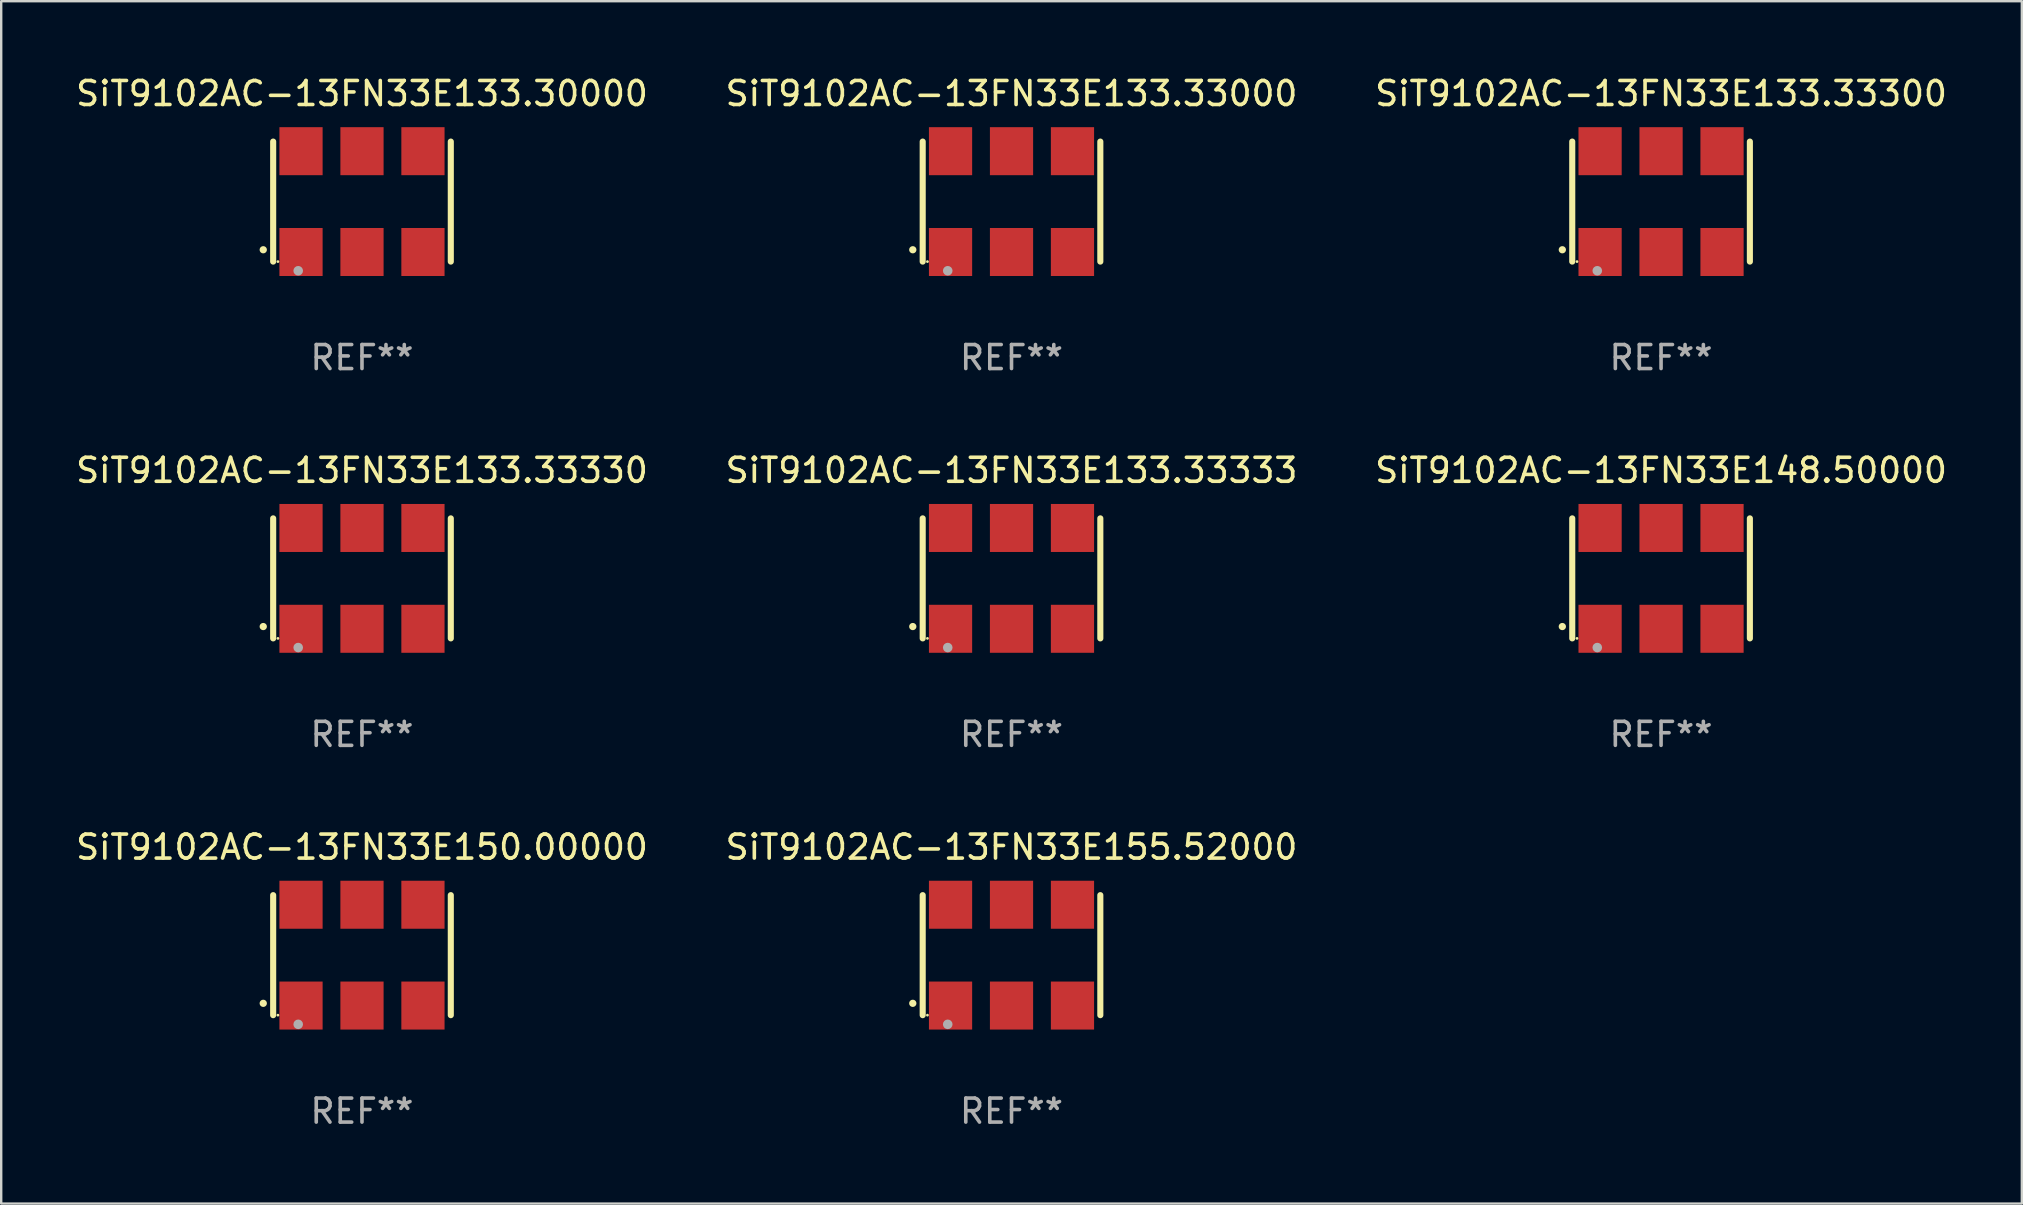
<source format=kicad_pcb>
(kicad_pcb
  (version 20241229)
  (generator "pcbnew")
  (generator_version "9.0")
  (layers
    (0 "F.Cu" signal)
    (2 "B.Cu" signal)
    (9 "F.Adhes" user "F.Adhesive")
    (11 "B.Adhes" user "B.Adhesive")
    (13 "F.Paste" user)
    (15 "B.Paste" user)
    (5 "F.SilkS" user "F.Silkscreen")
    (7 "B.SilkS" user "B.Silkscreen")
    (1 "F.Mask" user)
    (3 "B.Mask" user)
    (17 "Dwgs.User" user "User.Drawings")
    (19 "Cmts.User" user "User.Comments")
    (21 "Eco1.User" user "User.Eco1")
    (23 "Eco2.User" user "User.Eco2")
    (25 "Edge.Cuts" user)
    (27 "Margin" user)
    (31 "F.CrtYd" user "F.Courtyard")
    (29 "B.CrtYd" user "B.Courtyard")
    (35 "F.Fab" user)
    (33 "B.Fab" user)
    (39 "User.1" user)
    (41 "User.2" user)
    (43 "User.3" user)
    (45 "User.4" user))
  (footprint "SiT9102AC-13FN33E133.33333"
    (layer "F.Cu")
    (at 39.089 21.045)
    (property "Reference" "SiT9102AC-13FN33E133.33333" (at 0 -4.5 0) (layer "F.SilkS") (effects (font (size 1 1) (thickness 0.15))))
    (attr through_hole)
    (fp_line (start -3.7 -2.5) (end -3.7 2.5) (stroke (width 0.254) (type solid)) (layer "F.SilkS"))
    (fp_line (start 3.7 -2.5) (end 3.7 2.5) (stroke (width 0.254) (type solid)) (layer "F.SilkS"))
    (fp_arc (start -4.114415 2.006604) (mid -4.113145 2.006599) (end -4.111875 2.006604) (stroke (width 0.3) (type solid)) (layer "F.SilkS"))
    (fp_circle (center -3.502 2.5) (end -3.472 2.5) (stroke (width 0.06) (type solid)) (fill no) (layer "F.SilkS"))
    (fp_circle (center -2.657 2.882) (end -2.557 2.882) (stroke (width 0.2) (type solid)) (fill no) (layer "F.Fab"))
    (fp_text user "REF**" (at 0 6.5 0) (layer "F.Fab") (effects (font (size 1 1) (thickness 0.15))))
    (pad "1" smd rect (at -2.54 2.1) (size 1.8 2) (layers "F.Cu" "F.Mask" "F.Paste"))
    (pad "2" smd rect (at 0.000394 2.1) (size 1.8 2) (layers "F.Cu" "F.Mask" "F.Paste"))
    (pad "3" smd rect (at 2.54 2.1) (size 1.8 2) (layers "F.Cu" "F.Mask" "F.Paste"))
    (pad "4" smd rect (at 2.54 -2.1) (size 1.8 2) (layers "F.Cu" "F.Mask" "F.Paste"))
    (pad "5" smd rect (at 0.000394 -2.1) (size 1.8 2) (layers "F.Cu" "F.Mask" "F.Paste"))
    (pad "6" smd rect (at -2.54 -2.1) (size 1.8 2) (layers "F.Cu" "F.Mask" "F.Paste")))
  (footprint "SiT9102AC-13FN33E155.52000"
    (layer "F.Cu")
    (at 39.089 36.741)
    (property "Reference" "SiT9102AC-13FN33E155.52000" (at 0 -4.5 0) (layer "F.SilkS") (effects (font (size 1 1) (thickness 0.15))))
    (attr through_hole)
    (fp_line (start -3.7 -2.5) (end -3.7 2.5) (stroke (width 0.254) (type solid)) (layer "F.SilkS"))
    (fp_line (start 3.7 -2.5) (end 3.7 2.5) (stroke (width 0.254) (type solid)) (layer "F.SilkS"))
    (fp_arc (start -4.114415 2.006604) (mid -4.113145 2.006599) (end -4.111875 2.006604) (stroke (width 0.3) (type solid)) (layer "F.SilkS"))
    (fp_circle (center -3.502 2.5) (end -3.472 2.5) (stroke (width 0.06) (type solid)) (fill no) (layer "F.SilkS"))
    (fp_circle (center -2.657 2.882) (end -2.557 2.882) (stroke (width 0.2) (type solid)) (fill no) (layer "F.Fab"))
    (fp_text user "REF**" (at 0 6.5 0) (layer "F.Fab") (effects (font (size 1 1) (thickness 0.15))))
    (pad "1" smd rect (at -2.54 2.1) (size 1.8 2) (layers "F.Cu" "F.Mask" "F.Paste"))
    (pad "2" smd rect (at 0.000394 2.1) (size 1.8 2) (layers "F.Cu" "F.Mask" "F.Paste"))
    (pad "3" smd rect (at 2.54 2.1) (size 1.8 2) (layers "F.Cu" "F.Mask" "F.Paste"))
    (pad "4" smd rect (at 2.54 -2.1) (size 1.8 2) (layers "F.Cu" "F.Mask" "F.Paste"))
    (pad "5" smd rect (at 0.000394 -2.1) (size 1.8 2) (layers "F.Cu" "F.Mask" "F.Paste"))
    (pad "6" smd rect (at -2.54 -2.1) (size 1.8 2) (layers "F.Cu" "F.Mask" "F.Paste")))
  (footprint "SiT9102AC-13FN33E133.33300"
    (layer "F.Cu")
    (at 66.149 5.348)
    (property "Reference" "SiT9102AC-13FN33E133.33300" (at 0 -4.5 0) (layer "F.SilkS") (effects (font (size 1 1) (thickness 0.15))))
    (attr through_hole)
    (fp_line (start -3.7 -2.5) (end -3.7 2.5) (stroke (width 0.254) (type solid)) (layer "F.SilkS"))
    (fp_line (start 3.7 -2.5) (end 3.7 2.5) (stroke (width 0.254) (type solid)) (layer "F.SilkS"))
    (fp_arc (start -4.114415 2.006604) (mid -4.113145 2.006599) (end -4.111875 2.006604) (stroke (width 0.3) (type solid)) (layer "F.SilkS"))
    (fp_circle (center -3.502 2.5) (end -3.472 2.5) (stroke (width 0.06) (type solid)) (fill no) (layer "F.SilkS"))
    (fp_circle (center -2.657 2.882) (end -2.557 2.882) (stroke (width 0.2) (type solid)) (fill no) (layer "F.Fab"))
    (fp_text user "REF**" (at 0 6.5 0) (layer "F.Fab") (effects (font (size 1 1) (thickness 0.15))))
    (pad "1" smd rect (at -2.54 2.1) (size 1.8 2) (layers "F.Cu" "F.Mask" "F.Paste"))
    (pad "2" smd rect (at 0.000394 2.1) (size 1.8 2) (layers "F.Cu" "F.Mask" "F.Paste"))
    (pad "3" smd rect (at 2.54 2.1) (size 1.8 2) (layers "F.Cu" "F.Mask" "F.Paste"))
    (pad "4" smd rect (at 2.54 -2.1) (size 1.8 2) (layers "F.Cu" "F.Mask" "F.Paste"))
    (pad "5" smd rect (at 0.000394 -2.1) (size 1.8 2) (layers "F.Cu" "F.Mask" "F.Paste"))
    (pad "6" smd rect (at -2.54 -2.1) (size 1.8 2) (layers "F.Cu" "F.Mask" "F.Paste")))
  (footprint "SiT9102AC-13FN33E133.33330"
    (layer "F.Cu")
    (at 12.03 21.045)
    (property "Reference" "SiT9102AC-13FN33E133.33330" (at 0 -4.5 0) (layer "F.SilkS") (effects (font (size 1 1) (thickness 0.15))))
    (attr through_hole)
    (fp_line (start -3.7 -2.5) (end -3.7 2.5) (stroke (width 0.254) (type solid)) (layer "F.SilkS"))
    (fp_line (start 3.7 -2.5) (end 3.7 2.5) (stroke (width 0.254) (type solid)) (layer "F.SilkS"))
    (fp_arc (start -4.114415 2.006604) (mid -4.113145 2.006599) (end -4.111875 2.006604) (stroke (width 0.3) (type solid)) (layer "F.SilkS"))
    (fp_circle (center -3.502 2.5) (end -3.472 2.5) (stroke (width 0.06) (type solid)) (fill no) (layer "F.SilkS"))
    (fp_circle (center -2.657 2.882) (end -2.557 2.882) (stroke (width 0.2) (type solid)) (fill no) (layer "F.Fab"))
    (fp_text user "REF**" (at 0 6.5 0) (layer "F.Fab") (effects (font (size 1 1) (thickness 0.15))))
    (pad "1" smd rect (at -2.54 2.1) (size 1.8 2) (layers "F.Cu" "F.Mask" "F.Paste"))
    (pad "2" smd rect (at 0.000394 2.1) (size 1.8 2) (layers "F.Cu" "F.Mask" "F.Paste"))
    (pad "3" smd rect (at 2.54 2.1) (size 1.8 2) (layers "F.Cu" "F.Mask" "F.Paste"))
    (pad "4" smd rect (at 2.54 -2.1) (size 1.8 2) (layers "F.Cu" "F.Mask" "F.Paste"))
    (pad "5" smd rect (at 0.000394 -2.1) (size 1.8 2) (layers "F.Cu" "F.Mask" "F.Paste"))
    (pad "6" smd rect (at -2.54 -2.1) (size 1.8 2) (layers "F.Cu" "F.Mask" "F.Paste")))
  (footprint "SiT9102AC-13FN33E148.50000"
    (layer "F.Cu")
    (at 66.149 21.045)
    (property "Reference" "SiT9102AC-13FN33E148.50000" (at 0 -4.5 0) (layer "F.SilkS") (effects (font (size 1 1) (thickness 0.15))))
    (attr through_hole)
    (fp_line (start -3.7 -2.5) (end -3.7 2.5) (stroke (width 0.254) (type solid)) (layer "F.SilkS"))
    (fp_line (start 3.7 -2.5) (end 3.7 2.5) (stroke (width 0.254) (type solid)) (layer "F.SilkS"))
    (fp_arc (start -4.114415 2.006604) (mid -4.113145 2.006599) (end -4.111875 2.006604) (stroke (width 0.3) (type solid)) (layer "F.SilkS"))
    (fp_circle (center -3.502 2.5) (end -3.472 2.5) (stroke (width 0.06) (type solid)) (fill no) (layer "F.SilkS"))
    (fp_circle (center -2.657 2.882) (end -2.557 2.882) (stroke (width 0.2) (type solid)) (fill no) (layer "F.Fab"))
    (fp_text user "REF**" (at 0 6.5 0) (layer "F.Fab") (effects (font (size 1 1) (thickness 0.15))))
    (pad "1" smd rect (at -2.54 2.1) (size 1.8 2) (layers "F.Cu" "F.Mask" "F.Paste"))
    (pad "2" smd rect (at 0.000394 2.1) (size 1.8 2) (layers "F.Cu" "F.Mask" "F.Paste"))
    (pad "3" smd rect (at 2.54 2.1) (size 1.8 2) (layers "F.Cu" "F.Mask" "F.Paste"))
    (pad "4" smd rect (at 2.54 -2.1) (size 1.8 2) (layers "F.Cu" "F.Mask" "F.Paste"))
    (pad "5" smd rect (at 0.000394 -2.1) (size 1.8 2) (layers "F.Cu" "F.Mask" "F.Paste"))
    (pad "6" smd rect (at -2.54 -2.1) (size 1.8 2) (layers "F.Cu" "F.Mask" "F.Paste")))
  (footprint "SiT9102AC-13FN33E150.00000"
    (layer "F.Cu")
    (at 12.03 36.741)
    (property "Reference" "SiT9102AC-13FN33E150.00000" (at 0 -4.5 0) (layer "F.SilkS") (effects (font (size 1 1) (thickness 0.15))))
    (attr through_hole)
    (fp_line (start -3.7 -2.5) (end -3.7 2.5) (stroke (width 0.254) (type solid)) (layer "F.SilkS"))
    (fp_line (start 3.7 -2.5) (end 3.7 2.5) (stroke (width 0.254) (type solid)) (layer "F.SilkS"))
    (fp_arc (start -4.114415 2.006604) (mid -4.113145 2.006599) (end -4.111875 2.006604) (stroke (width 0.3) (type solid)) (layer "F.SilkS"))
    (fp_circle (center -3.502 2.5) (end -3.472 2.5) (stroke (width 0.06) (type solid)) (fill no) (layer "F.SilkS"))
    (fp_circle (center -2.657 2.882) (end -2.557 2.882) (stroke (width 0.2) (type solid)) (fill no) (layer "F.Fab"))
    (fp_text user "REF**" (at 0 6.5 0) (layer "F.Fab") (effects (font (size 1 1) (thickness 0.15))))
    (pad "1" smd rect (at -2.54 2.1) (size 1.8 2) (layers "F.Cu" "F.Mask" "F.Paste"))
    (pad "2" smd rect (at 0.000394 2.1) (size 1.8 2) (layers "F.Cu" "F.Mask" "F.Paste"))
    (pad "3" smd rect (at 2.54 2.1) (size 1.8 2) (layers "F.Cu" "F.Mask" "F.Paste"))
    (pad "4" smd rect (at 2.54 -2.1) (size 1.8 2) (layers "F.Cu" "F.Mask" "F.Paste"))
    (pad "5" smd rect (at 0.000394 -2.1) (size 1.8 2) (layers "F.Cu" "F.Mask" "F.Paste"))
    (pad "6" smd rect (at -2.54 -2.1) (size 1.8 2) (layers "F.Cu" "F.Mask" "F.Paste")))
  (footprint "SiT9102AC-13FN33E133.30000"
    (layer "F.Cu")
    (at 12.03 5.348)
    (property "Reference" "SiT9102AC-13FN33E133.30000" (at 0 -4.5 0) (layer "F.SilkS") (effects (font (size 1 1) (thickness 0.15))))
    (attr through_hole)
    (fp_line (start -3.7 -2.5) (end -3.7 2.5) (stroke (width 0.254) (type solid)) (layer "F.SilkS"))
    (fp_line (start 3.7 -2.5) (end 3.7 2.5) (stroke (width 0.254) (type solid)) (layer "F.SilkS"))
    (fp_arc (start -4.114415 2.006604) (mid -4.113145 2.006599) (end -4.111875 2.006604) (stroke (width 0.3) (type solid)) (layer "F.SilkS"))
    (fp_circle (center -3.502 2.5) (end -3.472 2.5) (stroke (width 0.06) (type solid)) (fill no) (layer "F.SilkS"))
    (fp_circle (center -2.657 2.882) (end -2.557 2.882) (stroke (width 0.2) (type solid)) (fill no) (layer "F.Fab"))
    (fp_text user "REF**" (at 0 6.5 0) (layer "F.Fab") (effects (font (size 1 1) (thickness 0.15))))
    (pad "1" smd rect (at -2.54 2.1) (size 1.8 2) (layers "F.Cu" "F.Mask" "F.Paste"))
    (pad "2" smd rect (at 0.000394 2.1) (size 1.8 2) (layers "F.Cu" "F.Mask" "F.Paste"))
    (pad "3" smd rect (at 2.54 2.1) (size 1.8 2) (layers "F.Cu" "F.Mask" "F.Paste"))
    (pad "4" smd rect (at 2.54 -2.1) (size 1.8 2) (layers "F.Cu" "F.Mask" "F.Paste"))
    (pad "5" smd rect (at 0.000394 -2.1) (size 1.8 2) (layers "F.Cu" "F.Mask" "F.Paste"))
    (pad "6" smd rect (at -2.54 -2.1) (size 1.8 2) (layers "F.Cu" "F.Mask" "F.Paste")))
  (footprint "SiT9102AC-13FN33E133.33000"
    (layer "F.Cu")
    (at 39.089 5.348)
    (property "Reference" "SiT9102AC-13FN33E133.33000" (at 0 -4.5 0) (layer "F.SilkS") (effects (font (size 1 1) (thickness 0.15))))
    (attr through_hole)
    (fp_line (start -3.7 -2.5) (end -3.7 2.5) (stroke (width 0.254) (type solid)) (layer "F.SilkS"))
    (fp_line (start 3.7 -2.5) (end 3.7 2.5) (stroke (width 0.254) (type solid)) (layer "F.SilkS"))
    (fp_arc (start -4.114415 2.006604) (mid -4.113145 2.006599) (end -4.111875 2.006604) (stroke (width 0.3) (type solid)) (layer "F.SilkS"))
    (fp_circle (center -3.502 2.5) (end -3.472 2.5) (stroke (width 0.06) (type solid)) (fill no) (layer "F.SilkS"))
    (fp_circle (center -2.657 2.882) (end -2.557 2.882) (stroke (width 0.2) (type solid)) (fill no) (layer "F.Fab"))
    (fp_text user "REF**" (at 0 6.5 0) (layer "F.Fab") (effects (font (size 1 1) (thickness 0.15))))
    (pad "1" smd rect (at -2.54 2.1) (size 1.8 2) (layers "F.Cu" "F.Mask" "F.Paste"))
    (pad "2" smd rect (at 0.000394 2.1) (size 1.8 2) (layers "F.Cu" "F.Mask" "F.Paste"))
    (pad "3" smd rect (at 2.54 2.1) (size 1.8 2) (layers "F.Cu" "F.Mask" "F.Paste"))
    (pad "4" smd rect (at 2.54 -2.1) (size 1.8 2) (layers "F.Cu" "F.Mask" "F.Paste"))
    (pad "5" smd rect (at 0.000394 -2.1) (size 1.8 2) (layers "F.Cu" "F.Mask" "F.Paste"))
    (pad "6" smd rect (at -2.54 -2.1) (size 1.8 2) (layers "F.Cu" "F.Mask" "F.Paste")))
  (gr_rect
    (start -3 -3)
    (end 81.179 47.09)
    (stroke (width 0.1) (type default))
    (fill no)
    (layer "Edge.Cuts")))
</source>
